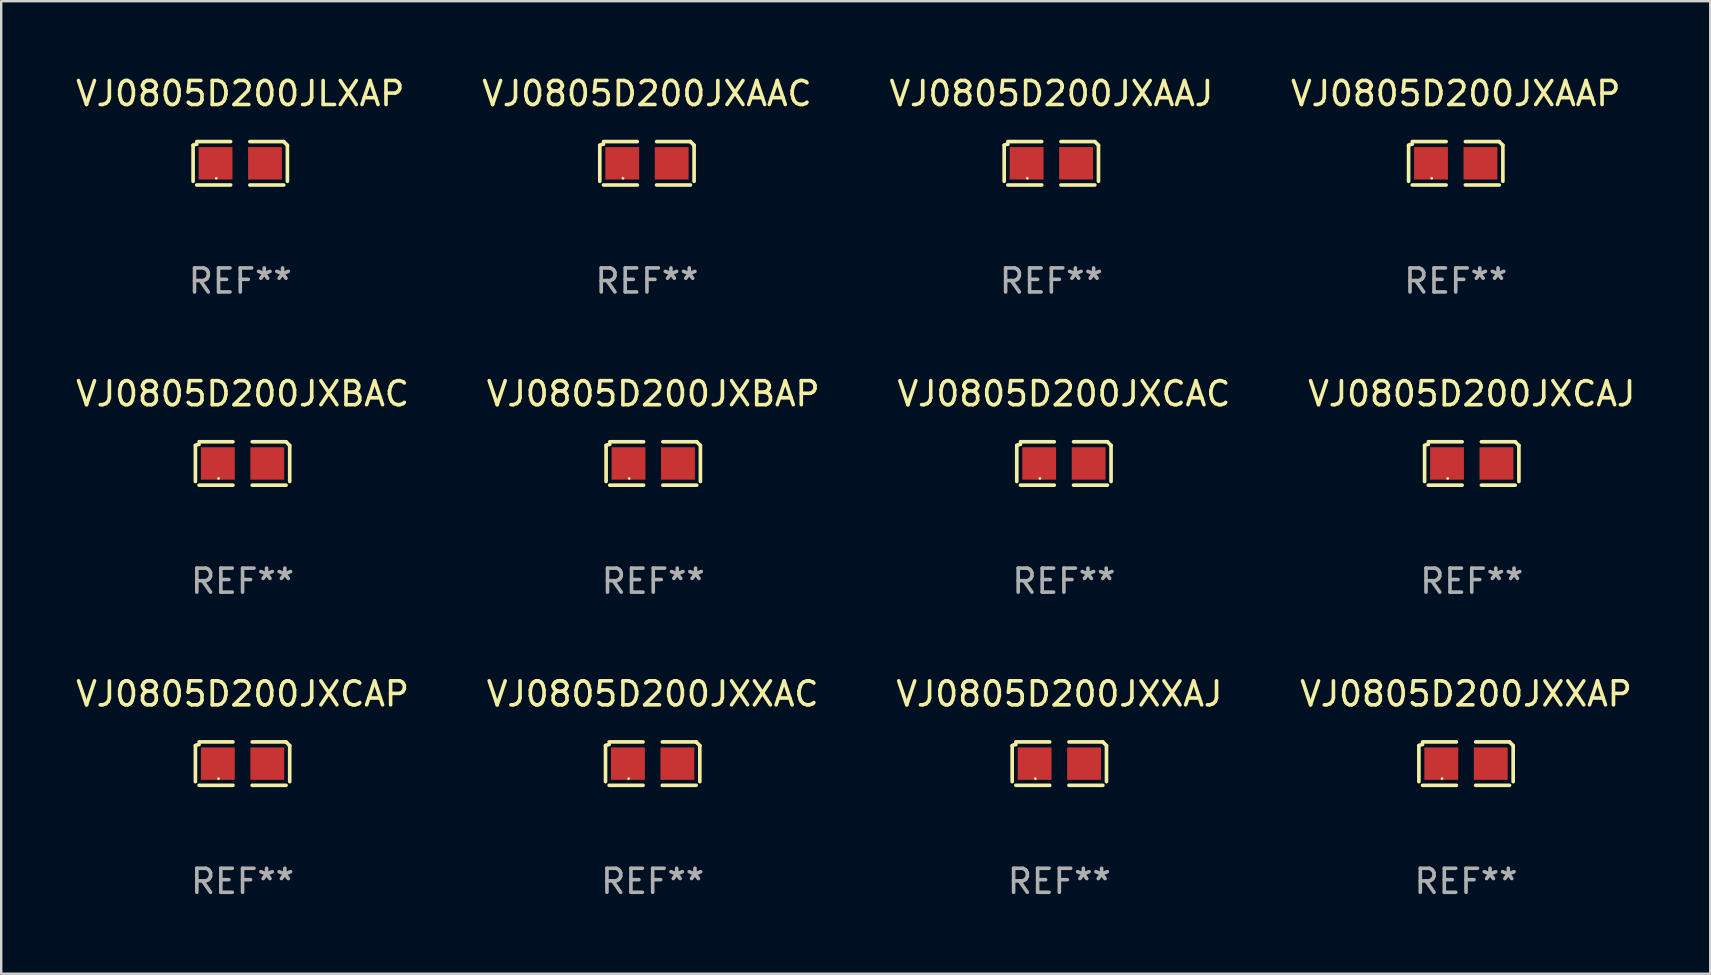
<source format=kicad_pcb>
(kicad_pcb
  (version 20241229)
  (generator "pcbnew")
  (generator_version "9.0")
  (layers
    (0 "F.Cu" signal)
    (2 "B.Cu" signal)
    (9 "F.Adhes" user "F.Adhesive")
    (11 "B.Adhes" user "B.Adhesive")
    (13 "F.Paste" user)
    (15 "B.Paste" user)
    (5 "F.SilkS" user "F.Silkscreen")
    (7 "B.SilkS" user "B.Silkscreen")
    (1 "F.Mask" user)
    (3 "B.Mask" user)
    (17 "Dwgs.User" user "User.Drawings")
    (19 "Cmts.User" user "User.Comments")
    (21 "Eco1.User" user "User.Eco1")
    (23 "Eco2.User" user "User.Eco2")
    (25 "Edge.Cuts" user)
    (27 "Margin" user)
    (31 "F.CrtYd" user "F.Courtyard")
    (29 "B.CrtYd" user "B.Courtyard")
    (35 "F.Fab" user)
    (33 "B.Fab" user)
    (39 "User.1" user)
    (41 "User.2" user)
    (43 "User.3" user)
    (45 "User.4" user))
  (footprint "VJ0805D200JXXAP"
    (layer "F.Cu")
    (at 58.018 28.759)
    (property "Reference" "VJ0805D200JXXAP" (at 0 -2.904 0) (layer "F.SilkS") (effects (font (size 1 1) (thickness 0.15))))
    (attr through_hole)
    (fp_line (start -1.964 0.751) (end -1.964 -0.751) (stroke (width 0.152) (type solid)) (layer "F.SilkS"))
    (fp_line (start -1.811 -0.904) (end -0.401 -0.904) (stroke (width 0.152) (type solid)) (layer "F.SilkS"))
    (fp_line (start -0.401 0.904) (end -1.811 0.904) (stroke (width 0.152) (type solid)) (layer "F.SilkS"))
    (fp_line (start 0.401 0.904) (end 1.811 0.904) (stroke (width 0.152) (type solid)) (layer "F.SilkS"))
    (fp_line (start 1.811 -0.904) (end 0.401 -0.904) (stroke (width 0.152) (type solid)) (layer "F.SilkS"))
    (fp_line (start 1.964 0.751) (end 1.964 -0.751) (stroke (width 0.152) (type solid)) (layer "F.SilkS"))
    (fp_arc (start -1.963602 -0.751207) (mid -1.890354 -0.783131) (end -1.811201 -0.794044) (stroke (width 0.1524) (type solid)) (layer "F.SilkS"))
    (fp_arc (start 1.811202 -0.903607) (mid 1.887413 -0.827418) (end 1.963602 -0.751207) (stroke (width 0.1524) (type solid)) (layer "F.SilkS"))
    (fp_circle (center -1 0.625) (end -0.97 0.625) (stroke (width 0.06) (type solid)) (fill no) (layer "F.SilkS"))
    (fp_text user "REF**" (at 0 4.904 0) (layer "F.Fab") (effects (font (size 1 1) (thickness 0.15))))
    (pad "1" smd rect (at -1.03 0) (size 1.41 1.35) (layers "F.Cu" "F.Mask" "F.Paste"))
    (pad "2" smd rect (at 1.03 0) (size 1.41 1.35) (layers "F.Cu" "F.Mask" "F.Paste")))
  (footprint "VJ0805D200JLXAP"
    (layer "F.Cu")
    (at 6.958 3.752)
    (property "Reference" "VJ0805D200JLXAP" (at 0 -2.904 0) (layer "F.SilkS") (effects (font (size 1 1) (thickness 0.15))))
    (attr through_hole)
    (fp_line (start -1.964 0.751) (end -1.964 -0.751) (stroke (width 0.152) (type solid)) (layer "F.SilkS"))
    (fp_line (start -1.811 -0.904) (end -0.401 -0.904) (stroke (width 0.152) (type solid)) (layer "F.SilkS"))
    (fp_line (start -0.401 0.904) (end -1.811 0.904) (stroke (width 0.152) (type solid)) (layer "F.SilkS"))
    (fp_line (start 0.401 0.904) (end 1.811 0.904) (stroke (width 0.152) (type solid)) (layer "F.SilkS"))
    (fp_line (start 1.811 -0.904) (end 0.401 -0.904) (stroke (width 0.152) (type solid)) (layer "F.SilkS"))
    (fp_line (start 1.964 0.751) (end 1.964 -0.751) (stroke (width 0.152) (type solid)) (layer "F.SilkS"))
    (fp_arc (start -1.963602 -0.751207) (mid -1.890354 -0.783131) (end -1.811201 -0.794044) (stroke (width 0.1524) (type solid)) (layer "F.SilkS"))
    (fp_arc (start 1.811202 -0.903607) (mid 1.887413 -0.827418) (end 1.963602 -0.751207) (stroke (width 0.1524) (type solid)) (layer "F.SilkS"))
    (fp_circle (center -1 0.625) (end -0.97 0.625) (stroke (width 0.06) (type solid)) (fill no) (layer "F.SilkS"))
    (fp_text user "REF**" (at 0 4.904 0) (layer "F.Fab") (effects (font (size 1 1) (thickness 0.15))))
    (pad "1" smd rect (at -1.03 0) (size 1.41 1.35) (layers "F.Cu" "F.Mask" "F.Paste"))
    (pad "2" smd rect (at 1.03 0) (size 1.41 1.35) (layers "F.Cu" "F.Mask" "F.Paste")))
  (footprint "VJ0805D200JXXAC"
    (layer "F.Cu")
    (at 24.137 28.759)
    (property "Reference" "VJ0805D200JXXAC" (at 0 -2.904 0) (layer "F.SilkS") (effects (font (size 1 1) (thickness 0.15))))
    (attr through_hole)
    (fp_line (start -1.964 0.751) (end -1.964 -0.751) (stroke (width 0.152) (type solid)) (layer "F.SilkS"))
    (fp_line (start -1.811 -0.904) (end -0.401 -0.904) (stroke (width 0.152) (type solid)) (layer "F.SilkS"))
    (fp_line (start -0.401 0.904) (end -1.811 0.904) (stroke (width 0.152) (type solid)) (layer "F.SilkS"))
    (fp_line (start 0.401 0.904) (end 1.811 0.904) (stroke (width 0.152) (type solid)) (layer "F.SilkS"))
    (fp_line (start 1.811 -0.904) (end 0.401 -0.904) (stroke (width 0.152) (type solid)) (layer "F.SilkS"))
    (fp_line (start 1.964 0.751) (end 1.964 -0.751) (stroke (width 0.152) (type solid)) (layer "F.SilkS"))
    (fp_arc (start -1.963602 -0.751207) (mid -1.890354 -0.783131) (end -1.811201 -0.794044) (stroke (width 0.1524) (type solid)) (layer "F.SilkS"))
    (fp_arc (start 1.811202 -0.903607) (mid 1.887413 -0.827418) (end 1.963602 -0.751207) (stroke (width 0.1524) (type solid)) (layer "F.SilkS"))
    (fp_circle (center -1 0.625) (end -0.97 0.625) (stroke (width 0.06) (type solid)) (fill no) (layer "F.SilkS"))
    (fp_text user "REF**" (at 0 4.904 0) (layer "F.Fab") (effects (font (size 1 1) (thickness 0.15))))
    (pad "1" smd rect (at -1.03 0) (size 1.41 1.35) (layers "F.Cu" "F.Mask" "F.Paste"))
    (pad "2" smd rect (at 1.03 0) (size 1.41 1.35) (layers "F.Cu" "F.Mask" "F.Paste")))
  (footprint "VJ0805D200JXBAC"
    (layer "F.Cu")
    (at 7.054 16.256)
    (property "Reference" "VJ0805D200JXBAC" (at 0 -2.904 0) (layer "F.SilkS") (effects (font (size 1 1) (thickness 0.15))))
    (attr through_hole)
    (fp_line (start -1.964 0.751) (end -1.964 -0.751) (stroke (width 0.152) (type solid)) (layer "F.SilkS"))
    (fp_line (start -1.811 -0.904) (end -0.401 -0.904) (stroke (width 0.152) (type solid)) (layer "F.SilkS"))
    (fp_line (start -0.401 0.904) (end -1.811 0.904) (stroke (width 0.152) (type solid)) (layer "F.SilkS"))
    (fp_line (start 0.401 0.904) (end 1.811 0.904) (stroke (width 0.152) (type solid)) (layer "F.SilkS"))
    (fp_line (start 1.811 -0.904) (end 0.401 -0.904) (stroke (width 0.152) (type solid)) (layer "F.SilkS"))
    (fp_line (start 1.964 0.751) (end 1.964 -0.751) (stroke (width 0.152) (type solid)) (layer "F.SilkS"))
    (fp_arc (start -1.963602 -0.751207) (mid -1.890354 -0.783131) (end -1.811201 -0.794044) (stroke (width 0.1524) (type solid)) (layer "F.SilkS"))
    (fp_arc (start 1.811202 -0.903607) (mid 1.887413 -0.827418) (end 1.963602 -0.751207) (stroke (width 0.1524) (type solid)) (layer "F.SilkS"))
    (fp_circle (center -1 0.625) (end -0.97 0.625) (stroke (width 0.06) (type solid)) (fill no) (layer "F.SilkS"))
    (fp_text user "REF**" (at 0 4.904 0) (layer "F.Fab") (effects (font (size 1 1) (thickness 0.15))))
    (pad "1" smd rect (at -1.03 0) (size 1.41 1.35) (layers "F.Cu" "F.Mask" "F.Paste"))
    (pad "2" smd rect (at 1.03 0) (size 1.41 1.35) (layers "F.Cu" "F.Mask" "F.Paste")))
  (footprint "VJ0805D200JXCAP"
    (layer "F.Cu")
    (at 7.054 28.759)
    (property "Reference" "VJ0805D200JXCAP" (at 0 -2.904 0) (layer "F.SilkS") (effects (font (size 1 1) (thickness 0.15))))
    (attr through_hole)
    (fp_line (start -1.964 0.751) (end -1.964 -0.751) (stroke (width 0.152) (type solid)) (layer "F.SilkS"))
    (fp_line (start -1.811 -0.904) (end -0.401 -0.904) (stroke (width 0.152) (type solid)) (layer "F.SilkS"))
    (fp_line (start -0.401 0.904) (end -1.811 0.904) (stroke (width 0.152) (type solid)) (layer "F.SilkS"))
    (fp_line (start 0.401 0.904) (end 1.811 0.904) (stroke (width 0.152) (type solid)) (layer "F.SilkS"))
    (fp_line (start 1.811 -0.904) (end 0.401 -0.904) (stroke (width 0.152) (type solid)) (layer "F.SilkS"))
    (fp_line (start 1.964 0.751) (end 1.964 -0.751) (stroke (width 0.152) (type solid)) (layer "F.SilkS"))
    (fp_arc (start -1.963602 -0.751207) (mid -1.890354 -0.783131) (end -1.811201 -0.794044) (stroke (width 0.1524) (type solid)) (layer "F.SilkS"))
    (fp_arc (start 1.811202 -0.903607) (mid 1.887413 -0.827418) (end 1.963602 -0.751207) (stroke (width 0.1524) (type solid)) (layer "F.SilkS"))
    (fp_circle (center -1 0.625) (end -0.97 0.625) (stroke (width 0.06) (type solid)) (fill no) (layer "F.SilkS"))
    (fp_text user "REF**" (at 0 4.904 0) (layer "F.Fab") (effects (font (size 1 1) (thickness 0.15))))
    (pad "1" smd rect (at -1.03 0) (size 1.41 1.35) (layers "F.Cu" "F.Mask" "F.Paste"))
    (pad "2" smd rect (at 1.03 0) (size 1.41 1.35) (layers "F.Cu" "F.Mask" "F.Paste")))
  (footprint "VJ0805D200JXAAC"
    (layer "F.Cu")
    (at 23.899 3.752)
    (property "Reference" "VJ0805D200JXAAC" (at 0 -2.904 0) (layer "F.SilkS") (effects (font (size 1 1) (thickness 0.15))))
    (attr through_hole)
    (fp_line (start -1.964 0.751) (end -1.964 -0.751) (stroke (width 0.152) (type solid)) (layer "F.SilkS"))
    (fp_line (start -1.811 -0.904) (end -0.401 -0.904) (stroke (width 0.152) (type solid)) (layer "F.SilkS"))
    (fp_line (start -0.401 0.904) (end -1.811 0.904) (stroke (width 0.152) (type solid)) (layer "F.SilkS"))
    (fp_line (start 0.401 0.904) (end 1.811 0.904) (stroke (width 0.152) (type solid)) (layer "F.SilkS"))
    (fp_line (start 1.811 -0.904) (end 0.401 -0.904) (stroke (width 0.152) (type solid)) (layer "F.SilkS"))
    (fp_line (start 1.964 0.751) (end 1.964 -0.751) (stroke (width 0.152) (type solid)) (layer "F.SilkS"))
    (fp_arc (start -1.963602 -0.751207) (mid -1.890354 -0.783131) (end -1.811201 -0.794044) (stroke (width 0.1524) (type solid)) (layer "F.SilkS"))
    (fp_arc (start 1.811202 -0.903607) (mid 1.887413 -0.827418) (end 1.963602 -0.751207) (stroke (width 0.1524) (type solid)) (layer "F.SilkS"))
    (fp_circle (center -1 0.625) (end -0.97 0.625) (stroke (width 0.06) (type solid)) (fill no) (layer "F.SilkS"))
    (fp_text user "REF**" (at 0 4.904 0) (layer "F.Fab") (effects (font (size 1 1) (thickness 0.15))))
    (pad "1" smd rect (at -1.03 0) (size 1.41 1.35) (layers "F.Cu" "F.Mask" "F.Paste"))
    (pad "2" smd rect (at 1.03 0) (size 1.41 1.35) (layers "F.Cu" "F.Mask" "F.Paste")))
  (footprint "VJ0805D200JXXAJ"
    (layer "F.Cu")
    (at 41.077 28.759)
    (property "Reference" "VJ0805D200JXXAJ" (at 0 -2.904 0) (layer "F.SilkS") (effects (font (size 1 1) (thickness 0.15))))
    (attr through_hole)
    (fp_line (start -1.964 0.751) (end -1.964 -0.751) (stroke (width 0.152) (type solid)) (layer "F.SilkS"))
    (fp_line (start -1.811 -0.904) (end -0.401 -0.904) (stroke (width 0.152) (type solid)) (layer "F.SilkS"))
    (fp_line (start -0.401 0.904) (end -1.811 0.904) (stroke (width 0.152) (type solid)) (layer "F.SilkS"))
    (fp_line (start 0.401 0.904) (end 1.811 0.904) (stroke (width 0.152) (type solid)) (layer "F.SilkS"))
    (fp_line (start 1.811 -0.904) (end 0.401 -0.904) (stroke (width 0.152) (type solid)) (layer "F.SilkS"))
    (fp_line (start 1.964 0.751) (end 1.964 -0.751) (stroke (width 0.152) (type solid)) (layer "F.SilkS"))
    (fp_arc (start -1.963602 -0.751207) (mid -1.890354 -0.783131) (end -1.811201 -0.794044) (stroke (width 0.1524) (type solid)) (layer "F.SilkS"))
    (fp_arc (start 1.811202 -0.903607) (mid 1.887413 -0.827418) (end 1.963602 -0.751207) (stroke (width 0.1524) (type solid)) (layer "F.SilkS"))
    (fp_circle (center -1 0.625) (end -0.97 0.625) (stroke (width 0.06) (type solid)) (fill no) (layer "F.SilkS"))
    (fp_text user "REF**" (at 0 4.904 0) (layer "F.Fab") (effects (font (size 1 1) (thickness 0.15))))
    (pad "1" smd rect (at -1.03 0) (size 1.41 1.35) (layers "F.Cu" "F.Mask" "F.Paste"))
    (pad "2" smd rect (at 1.03 0) (size 1.41 1.35) (layers "F.Cu" "F.Mask" "F.Paste")))
  (footprint "VJ0805D200JXAAP"
    (layer "F.Cu")
    (at 57.589 3.752)
    (property "Reference" "VJ0805D200JXAAP" (at 0 -2.904 0) (layer "F.SilkS") (effects (font (size 1 1) (thickness 0.15))))
    (attr through_hole)
    (fp_line (start -1.964 0.751) (end -1.964 -0.751) (stroke (width 0.152) (type solid)) (layer "F.SilkS"))
    (fp_line (start -1.811 -0.904) (end -0.401 -0.904) (stroke (width 0.152) (type solid)) (layer "F.SilkS"))
    (fp_line (start -0.401 0.904) (end -1.811 0.904) (stroke (width 0.152) (type solid)) (layer "F.SilkS"))
    (fp_line (start 0.401 0.904) (end 1.811 0.904) (stroke (width 0.152) (type solid)) (layer "F.SilkS"))
    (fp_line (start 1.811 -0.904) (end 0.401 -0.904) (stroke (width 0.152) (type solid)) (layer "F.SilkS"))
    (fp_line (start 1.964 0.751) (end 1.964 -0.751) (stroke (width 0.152) (type solid)) (layer "F.SilkS"))
    (fp_arc (start -1.963602 -0.751207) (mid -1.890354 -0.783131) (end -1.811201 -0.794044) (stroke (width 0.1524) (type solid)) (layer "F.SilkS"))
    (fp_arc (start 1.811202 -0.903607) (mid 1.887413 -0.827418) (end 1.963602 -0.751207) (stroke (width 0.1524) (type solid)) (layer "F.SilkS"))
    (fp_circle (center -1 0.625) (end -0.97 0.625) (stroke (width 0.06) (type solid)) (fill no) (layer "F.SilkS"))
    (fp_text user "REF**" (at 0 4.904 0) (layer "F.Fab") (effects (font (size 1 1) (thickness 0.15))))
    (pad "1" smd rect (at -1.03 0) (size 1.41 1.35) (layers "F.Cu" "F.Mask" "F.Paste"))
    (pad "2" smd rect (at 1.03 0) (size 1.41 1.35) (layers "F.Cu" "F.Mask" "F.Paste")))
  (footprint "VJ0805D200JXAAJ"
    (layer "F.Cu")
    (at 40.744 3.752)
    (property "Reference" "VJ0805D200JXAAJ" (at 0 -2.904 0) (layer "F.SilkS") (effects (font (size 1 1) (thickness 0.15))))
    (attr through_hole)
    (fp_line (start -1.964 0.751) (end -1.964 -0.751) (stroke (width 0.152) (type solid)) (layer "F.SilkS"))
    (fp_line (start -1.811 -0.904) (end -0.401 -0.904) (stroke (width 0.152) (type solid)) (layer "F.SilkS"))
    (fp_line (start -0.401 0.904) (end -1.811 0.904) (stroke (width 0.152) (type solid)) (layer "F.SilkS"))
    (fp_line (start 0.401 0.904) (end 1.811 0.904) (stroke (width 0.152) (type solid)) (layer "F.SilkS"))
    (fp_line (start 1.811 -0.904) (end 0.401 -0.904) (stroke (width 0.152) (type solid)) (layer "F.SilkS"))
    (fp_line (start 1.964 0.751) (end 1.964 -0.751) (stroke (width 0.152) (type solid)) (layer "F.SilkS"))
    (fp_arc (start -1.963602 -0.751207) (mid -1.890354 -0.783131) (end -1.811201 -0.794044) (stroke (width 0.1524) (type solid)) (layer "F.SilkS"))
    (fp_arc (start 1.811202 -0.903607) (mid 1.887413 -0.827418) (end 1.963602 -0.751207) (stroke (width 0.1524) (type solid)) (layer "F.SilkS"))
    (fp_circle (center -1 0.625) (end -0.97 0.625) (stroke (width 0.06) (type solid)) (fill no) (layer "F.SilkS"))
    (fp_text user "REF**" (at 0 4.904 0) (layer "F.Fab") (effects (font (size 1 1) (thickness 0.15))))
    (pad "1" smd rect (at -1.03 0) (size 1.41 1.35) (layers "F.Cu" "F.Mask" "F.Paste"))
    (pad "2" smd rect (at 1.03 0) (size 1.41 1.35) (layers "F.Cu" "F.Mask" "F.Paste")))
  (footprint "VJ0805D200JXBAP"
    (layer "F.Cu")
    (at 24.161 16.256)
    (property "Reference" "VJ0805D200JXBAP" (at 0 -2.904 0) (layer "F.SilkS") (effects (font (size 1 1) (thickness 0.15))))
    (attr through_hole)
    (fp_line (start -1.964 0.751) (end -1.964 -0.751) (stroke (width 0.152) (type solid)) (layer "F.SilkS"))
    (fp_line (start -1.811 -0.904) (end -0.401 -0.904) (stroke (width 0.152) (type solid)) (layer "F.SilkS"))
    (fp_line (start -0.401 0.904) (end -1.811 0.904) (stroke (width 0.152) (type solid)) (layer "F.SilkS"))
    (fp_line (start 0.401 0.904) (end 1.811 0.904) (stroke (width 0.152) (type solid)) (layer "F.SilkS"))
    (fp_line (start 1.811 -0.904) (end 0.401 -0.904) (stroke (width 0.152) (type solid)) (layer "F.SilkS"))
    (fp_line (start 1.964 0.751) (end 1.964 -0.751) (stroke (width 0.152) (type solid)) (layer "F.SilkS"))
    (fp_arc (start -1.963602 -0.751207) (mid -1.890354 -0.783131) (end -1.811201 -0.794044) (stroke (width 0.1524) (type solid)) (layer "F.SilkS"))
    (fp_arc (start 1.811202 -0.903607) (mid 1.887413 -0.827418) (end 1.963602 -0.751207) (stroke (width 0.1524) (type solid)) (layer "F.SilkS"))
    (fp_circle (center -1 0.625) (end -0.97 0.625) (stroke (width 0.06) (type solid)) (fill no) (layer "F.SilkS"))
    (fp_text user "REF**" (at 0 4.904 0) (layer "F.Fab") (effects (font (size 1 1) (thickness 0.15))))
    (pad "1" smd rect (at -1.03 0) (size 1.41 1.35) (layers "F.Cu" "F.Mask" "F.Paste"))
    (pad "2" smd rect (at 1.03 0) (size 1.41 1.35) (layers "F.Cu" "F.Mask" "F.Paste")))
  (footprint "VJ0805D200JXCAJ"
    (layer "F.Cu")
    (at 58.256 16.256)
    (property "Reference" "VJ0805D200JXCAJ" (at 0 -2.904 0) (layer "F.SilkS") (effects (font (size 1 1) (thickness 0.15))))
    (attr through_hole)
    (fp_line (start -1.964 0.751) (end -1.964 -0.751) (stroke (width 0.152) (type solid)) (layer "F.SilkS"))
    (fp_line (start -1.811 -0.904) (end -0.401 -0.904) (stroke (width 0.152) (type solid)) (layer "F.SilkS"))
    (fp_line (start -0.401 0.904) (end -1.811 0.904) (stroke (width 0.152) (type solid)) (layer "F.SilkS"))
    (fp_line (start 0.401 0.904) (end 1.811 0.904) (stroke (width 0.152) (type solid)) (layer "F.SilkS"))
    (fp_line (start 1.811 -0.904) (end 0.401 -0.904) (stroke (width 0.152) (type solid)) (layer "F.SilkS"))
    (fp_line (start 1.964 0.751) (end 1.964 -0.751) (stroke (width 0.152) (type solid)) (layer "F.SilkS"))
    (fp_arc (start -1.963602 -0.751207) (mid -1.890354 -0.783131) (end -1.811201 -0.794044) (stroke (width 0.1524) (type solid)) (layer "F.SilkS"))
    (fp_arc (start 1.811202 -0.903607) (mid 1.887413 -0.827418) (end 1.963602 -0.751207) (stroke (width 0.1524) (type solid)) (layer "F.SilkS"))
    (fp_circle (center -1 0.625) (end -0.97 0.625) (stroke (width 0.06) (type solid)) (fill no) (layer "F.SilkS"))
    (fp_text user "REF**" (at 0 4.904 0) (layer "F.Fab") (effects (font (size 1 1) (thickness 0.15))))
    (pad "1" smd rect (at -1.03 0) (size 1.41 1.35) (layers "F.Cu" "F.Mask" "F.Paste"))
    (pad "2" smd rect (at 1.03 0) (size 1.41 1.35) (layers "F.Cu" "F.Mask" "F.Paste")))
  (footprint "VJ0805D200JXCAC"
    (layer "F.Cu")
    (at 41.268 16.256)
    (property "Reference" "VJ0805D200JXCAC" (at 0 -2.904 0) (layer "F.SilkS") (effects (font (size 1 1) (thickness 0.15))))
    (attr through_hole)
    (fp_line (start -1.964 0.751) (end -1.964 -0.751) (stroke (width 0.152) (type solid)) (layer "F.SilkS"))
    (fp_line (start -1.811 -0.904) (end -0.401 -0.904) (stroke (width 0.152) (type solid)) (layer "F.SilkS"))
    (fp_line (start -0.401 0.904) (end -1.811 0.904) (stroke (width 0.152) (type solid)) (layer "F.SilkS"))
    (fp_line (start 0.401 0.904) (end 1.811 0.904) (stroke (width 0.152) (type solid)) (layer "F.SilkS"))
    (fp_line (start 1.811 -0.904) (end 0.401 -0.904) (stroke (width 0.152) (type solid)) (layer "F.SilkS"))
    (fp_line (start 1.964 0.751) (end 1.964 -0.751) (stroke (width 0.152) (type solid)) (layer "F.SilkS"))
    (fp_arc (start -1.963602 -0.751207) (mid -1.890354 -0.783131) (end -1.811201 -0.794044) (stroke (width 0.1524) (type solid)) (layer "F.SilkS"))
    (fp_arc (start 1.811202 -0.903607) (mid 1.887413 -0.827418) (end 1.963602 -0.751207) (stroke (width 0.1524) (type solid)) (layer "F.SilkS"))
    (fp_circle (center -1 0.625) (end -0.97 0.625) (stroke (width 0.06) (type solid)) (fill no) (layer "F.SilkS"))
    (fp_text user "REF**" (at 0 4.904 0) (layer "F.Fab") (effects (font (size 1 1) (thickness 0.15))))
    (pad "1" smd rect (at -1.03 0) (size 1.41 1.35) (layers "F.Cu" "F.Mask" "F.Paste"))
    (pad "2" smd rect (at 1.03 0) (size 1.41 1.35) (layers "F.Cu" "F.Mask" "F.Paste")))
  (gr_rect
    (start -3 -3)
    (end 68.19 37.511)
    (stroke (width 0.1) (type default))
    (fill no)
    (layer "Edge.Cuts")))
</source>
